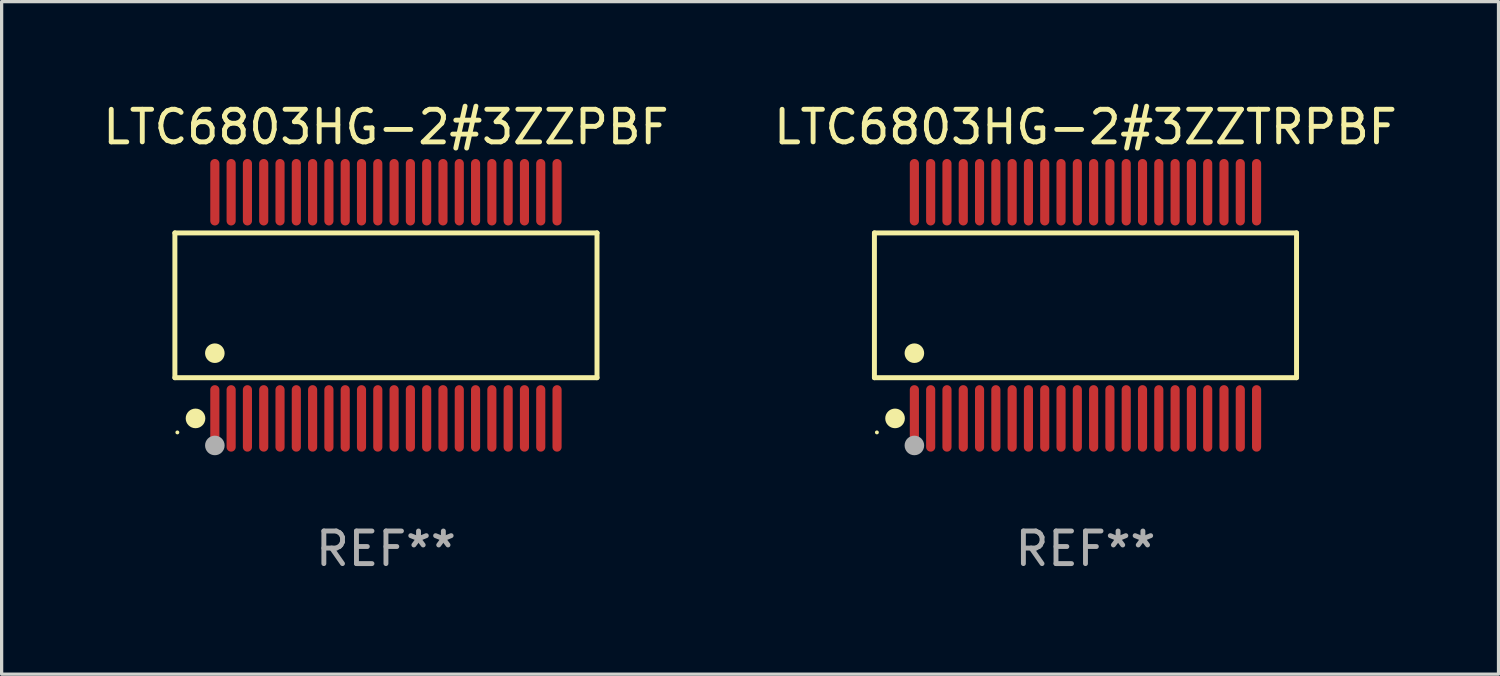
<source format=kicad_pcb>
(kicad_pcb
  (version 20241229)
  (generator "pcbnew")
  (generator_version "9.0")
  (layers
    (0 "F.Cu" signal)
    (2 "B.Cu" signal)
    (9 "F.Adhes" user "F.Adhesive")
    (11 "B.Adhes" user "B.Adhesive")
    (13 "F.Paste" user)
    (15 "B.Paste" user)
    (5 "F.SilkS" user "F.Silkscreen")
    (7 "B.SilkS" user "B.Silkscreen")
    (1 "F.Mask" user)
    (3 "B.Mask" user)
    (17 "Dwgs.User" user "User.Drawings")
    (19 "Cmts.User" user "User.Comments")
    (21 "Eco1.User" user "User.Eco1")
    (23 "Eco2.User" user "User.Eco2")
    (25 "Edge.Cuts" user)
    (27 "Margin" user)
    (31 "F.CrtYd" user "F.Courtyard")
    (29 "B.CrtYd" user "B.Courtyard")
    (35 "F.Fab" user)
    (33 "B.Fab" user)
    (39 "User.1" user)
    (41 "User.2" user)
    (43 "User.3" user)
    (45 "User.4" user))
  (footprint "LTC6803HG-2#3ZZPBF"
    (layer "F.Cu")
    (at 8.792 6.318)
    (property "Reference" "LTC6803HG-2#3ZZPBF" (at 0 -5.47 0) (layer "F.SilkS") (effects (font (size 1 1) (thickness 0.15))))
    (attr through_hole)
    (fp_line (start -6.476 -2.221) (end 6.476 -2.221) (stroke (width 0.152) (type solid)) (layer "F.SilkS"))
    (fp_line (start -6.476 2.221) (end -6.476 -2.221) (stroke (width 0.152) (type solid)) (layer "F.SilkS"))
    (fp_line (start 6.476 -2.221) (end 6.476 2.221) (stroke (width 0.152) (type solid)) (layer "F.SilkS"))
    (fp_line (start 6.476 2.221) (end -6.476 2.221) (stroke (width 0.152) (type solid)) (layer "F.SilkS"))
    (fp_circle (center -6.4 3.9) (end -6.37 3.9) (stroke (width 0.06) (type solid)) (fill no) (layer "F.SilkS"))
    (fp_circle (center -5.843 3.47) (end -5.692 3.47) (stroke (width 0.3) (type solid)) (fill no) (layer "F.SilkS"))
    (fp_circle (center -5.25 1.469) (end -5.1 1.469) (stroke (width 0.3) (type solid)) (fill no) (layer "F.SilkS"))
    (fp_circle (center -5.25 4.3) (end -5.1 4.3) (stroke (width 0.3) (type solid)) (fill no) (layer "F.Fab"))
    (fp_text user "REF**" (at 0 7.47 0) (layer "F.Fab") (effects (font (size 1 1) (thickness 0.15))))
    (pad "1" smd oval (at -5.25 3.47) (size 0.28 2.04) (layers "F.Cu" "F.Mask" "F.Paste"))
    (pad "2" smd oval (at -4.75 3.47) (size 0.28 2.04) (layers "F.Cu" "F.Mask" "F.Paste"))
    (pad "3" smd oval (at -4.25 3.47) (size 0.28 2.04) (layers "F.Cu" "F.Mask" "F.Paste"))
    (pad "4" smd oval (at -3.75 3.47) (size 0.28 2.04) (layers "F.Cu" "F.Mask" "F.Paste"))
    (pad "5" smd oval (at -3.25 3.47) (size 0.28 2.04) (layers "F.Cu" "F.Mask" "F.Paste"))
    (pad "6" smd oval (at -2.75 3.47) (size 0.28 2.04) (layers "F.Cu" "F.Mask" "F.Paste"))
    (pad "7" smd oval (at -2.25 3.47) (size 0.28 2.04) (layers "F.Cu" "F.Mask" "F.Paste"))
    (pad "8" smd oval (at -1.75 3.47) (size 0.28 2.04) (layers "F.Cu" "F.Mask" "F.Paste"))
    (pad "9" smd oval (at -1.25 3.47) (size 0.28 2.04) (layers "F.Cu" "F.Mask" "F.Paste"))
    (pad "10" smd oval (at -0.75 3.47) (size 0.28 2.04) (layers "F.Cu" "F.Mask" "F.Paste"))
    (pad "11" smd oval (at -0.25 3.47) (size 0.28 2.04) (layers "F.Cu" "F.Mask" "F.Paste"))
    (pad "12" smd oval (at 0.25 3.47) (size 0.28 2.04) (layers "F.Cu" "F.Mask" "F.Paste"))
    (pad "13" smd oval (at 0.75 3.47) (size 0.28 2.04) (layers "F.Cu" "F.Mask" "F.Paste"))
    (pad "14" smd oval (at 1.25 3.47) (size 0.28 2.04) (layers "F.Cu" "F.Mask" "F.Paste"))
    (pad "15" smd oval (at 1.75 3.47) (size 0.28 2.04) (layers "F.Cu" "F.Mask" "F.Paste"))
    (pad "16" smd oval (at 2.25 3.47) (size 0.28 2.04) (layers "F.Cu" "F.Mask" "F.Paste"))
    (pad "17" smd oval (at 2.75 3.47) (size 0.28 2.04) (layers "F.Cu" "F.Mask" "F.Paste"))
    (pad "18" smd oval (at 3.25 3.47) (size 0.28 2.04) (layers "F.Cu" "F.Mask" "F.Paste"))
    (pad "19" smd oval (at 3.75 3.47) (size 0.28 2.04) (layers "F.Cu" "F.Mask" "F.Paste"))
    (pad "20" smd oval (at 4.25 3.47) (size 0.28 2.04) (layers "F.Cu" "F.Mask" "F.Paste"))
    (pad "21" smd oval (at 4.75 3.47) (size 0.28 2.04) (layers "F.Cu" "F.Mask" "F.Paste"))
    (pad "22" smd oval (at 5.25 3.47) (size 0.28 2.04) (layers "F.Cu" "F.Mask" "F.Paste"))
    (pad "23" smd oval (at 5.25 -3.47) (size 0.28 2.04) (layers "F.Cu" "F.Mask" "F.Paste"))
    (pad "24" smd oval (at 4.75 -3.47) (size 0.28 2.04) (layers "F.Cu" "F.Mask" "F.Paste"))
    (pad "25" smd oval (at 4.25 -3.47) (size 0.28 2.04) (layers "F.Cu" "F.Mask" "F.Paste"))
    (pad "26" smd oval (at 3.75 -3.47) (size 0.28 2.04) (layers "F.Cu" "F.Mask" "F.Paste"))
    (pad "27" smd oval (at 3.25 -3.47) (size 0.28 2.04) (layers "F.Cu" "F.Mask" "F.Paste"))
    (pad "28" smd oval (at 2.75 -3.47) (size 0.28 2.04) (layers "F.Cu" "F.Mask" "F.Paste"))
    (pad "29" smd oval (at 2.25 -3.47) (size 0.28 2.04) (layers "F.Cu" "F.Mask" "F.Paste"))
    (pad "30" smd oval (at 1.75 -3.47) (size 0.28 2.04) (layers "F.Cu" "F.Mask" "F.Paste"))
    (pad "31" smd oval (at 1.25 -3.47) (size 0.28 2.04) (layers "F.Cu" "F.Mask" "F.Paste"))
    (pad "32" smd oval (at 0.75 -3.47) (size 0.28 2.04) (layers "F.Cu" "F.Mask" "F.Paste"))
    (pad "33" smd oval (at 0.25 -3.47) (size 0.28 2.04) (layers "F.Cu" "F.Mask" "F.Paste"))
    (pad "34" smd oval (at -0.25 -3.47) (size 0.28 2.04) (layers "F.Cu" "F.Mask" "F.Paste"))
    (pad "35" smd oval (at -0.75 -3.47) (size 0.28 2.04) (layers "F.Cu" "F.Mask" "F.Paste"))
    (pad "36" smd oval (at -1.25 -3.47) (size 0.28 2.04) (layers "F.Cu" "F.Mask" "F.Paste"))
    (pad "37" smd oval (at -1.75 -3.47) (size 0.28 2.04) (layers "F.Cu" "F.Mask" "F.Paste"))
    (pad "38" smd oval (at -2.25 -3.47) (size 0.28 2.04) (layers "F.Cu" "F.Mask" "F.Paste"))
    (pad "39" smd oval (at -2.75 -3.47) (size 0.28 2.04) (layers "F.Cu" "F.Mask" "F.Paste"))
    (pad "40" smd oval (at -3.25 -3.47) (size 0.28 2.04) (layers "F.Cu" "F.Mask" "F.Paste"))
    (pad "41" smd oval (at -3.75 -3.47) (size 0.28 2.04) (layers "F.Cu" "F.Mask" "F.Paste"))
    (pad "42" smd oval (at -4.25 -3.47) (size 0.28 2.04) (layers "F.Cu" "F.Mask" "F.Paste"))
    (pad "43" smd oval (at -4.75 -3.47) (size 0.28 2.04) (layers "F.Cu" "F.Mask" "F.Paste"))
    (pad "44" smd oval (at -5.25 -3.47) (size 0.28 2.04) (layers "F.Cu" "F.Mask" "F.Paste")))
  (footprint "LTC6803HG-2#3ZZTRPBF"
    (layer "F.Cu")
    (at 30.256 6.318)
    (property "Reference" "LTC6803HG-2#3ZZTRPBF" (at 0 -5.47 0) (layer "F.SilkS") (effects (font (size 1 1) (thickness 0.15))))
    (attr through_hole)
    (fp_line (start -6.476 -2.221) (end 6.476 -2.221) (stroke (width 0.152) (type solid)) (layer "F.SilkS"))
    (fp_line (start -6.476 2.221) (end -6.476 -2.221) (stroke (width 0.152) (type solid)) (layer "F.SilkS"))
    (fp_line (start 6.476 -2.221) (end 6.476 2.221) (stroke (width 0.152) (type solid)) (layer "F.SilkS"))
    (fp_line (start 6.476 2.221) (end -6.476 2.221) (stroke (width 0.152) (type solid)) (layer "F.SilkS"))
    (fp_circle (center -6.4 3.9) (end -6.37 3.9) (stroke (width 0.06) (type solid)) (fill no) (layer "F.SilkS"))
    (fp_circle (center -5.843 3.47) (end -5.692 3.47) (stroke (width 0.3) (type solid)) (fill no) (layer "F.SilkS"))
    (fp_circle (center -5.25 1.469) (end -5.1 1.469) (stroke (width 0.3) (type solid)) (fill no) (layer "F.SilkS"))
    (fp_circle (center -5.25 4.3) (end -5.1 4.3) (stroke (width 0.3) (type solid)) (fill no) (layer "F.Fab"))
    (fp_text user "REF**" (at 0 7.47 0) (layer "F.Fab") (effects (font (size 1 1) (thickness 0.15))))
    (pad "1" smd oval (at -5.25 3.47) (size 0.28 2.04) (layers "F.Cu" "F.Mask" "F.Paste"))
    (pad "2" smd oval (at -4.75 3.47) (size 0.28 2.04) (layers "F.Cu" "F.Mask" "F.Paste"))
    (pad "3" smd oval (at -4.25 3.47) (size 0.28 2.04) (layers "F.Cu" "F.Mask" "F.Paste"))
    (pad "4" smd oval (at -3.75 3.47) (size 0.28 2.04) (layers "F.Cu" "F.Mask" "F.Paste"))
    (pad "5" smd oval (at -3.25 3.47) (size 0.28 2.04) (layers "F.Cu" "F.Mask" "F.Paste"))
    (pad "6" smd oval (at -2.75 3.47) (size 0.28 2.04) (layers "F.Cu" "F.Mask" "F.Paste"))
    (pad "7" smd oval (at -2.25 3.47) (size 0.28 2.04) (layers "F.Cu" "F.Mask" "F.Paste"))
    (pad "8" smd oval (at -1.75 3.47) (size 0.28 2.04) (layers "F.Cu" "F.Mask" "F.Paste"))
    (pad "9" smd oval (at -1.25 3.47) (size 0.28 2.04) (layers "F.Cu" "F.Mask" "F.Paste"))
    (pad "10" smd oval (at -0.75 3.47) (size 0.28 2.04) (layers "F.Cu" "F.Mask" "F.Paste"))
    (pad "11" smd oval (at -0.25 3.47) (size 0.28 2.04) (layers "F.Cu" "F.Mask" "F.Paste"))
    (pad "12" smd oval (at 0.25 3.47) (size 0.28 2.04) (layers "F.Cu" "F.Mask" "F.Paste"))
    (pad "13" smd oval (at 0.75 3.47) (size 0.28 2.04) (layers "F.Cu" "F.Mask" "F.Paste"))
    (pad "14" smd oval (at 1.25 3.47) (size 0.28 2.04) (layers "F.Cu" "F.Mask" "F.Paste"))
    (pad "15" smd oval (at 1.75 3.47) (size 0.28 2.04) (layers "F.Cu" "F.Mask" "F.Paste"))
    (pad "16" smd oval (at 2.25 3.47) (size 0.28 2.04) (layers "F.Cu" "F.Mask" "F.Paste"))
    (pad "17" smd oval (at 2.75 3.47) (size 0.28 2.04) (layers "F.Cu" "F.Mask" "F.Paste"))
    (pad "18" smd oval (at 3.25 3.47) (size 0.28 2.04) (layers "F.Cu" "F.Mask" "F.Paste"))
    (pad "19" smd oval (at 3.75 3.47) (size 0.28 2.04) (layers "F.Cu" "F.Mask" "F.Paste"))
    (pad "20" smd oval (at 4.25 3.47) (size 0.28 2.04) (layers "F.Cu" "F.Mask" "F.Paste"))
    (pad "21" smd oval (at 4.75 3.47) (size 0.28 2.04) (layers "F.Cu" "F.Mask" "F.Paste"))
    (pad "22" smd oval (at 5.25 3.47) (size 0.28 2.04) (layers "F.Cu" "F.Mask" "F.Paste"))
    (pad "23" smd oval (at 5.25 -3.47) (size 0.28 2.04) (layers "F.Cu" "F.Mask" "F.Paste"))
    (pad "24" smd oval (at 4.75 -3.47) (size 0.28 2.04) (layers "F.Cu" "F.Mask" "F.Paste"))
    (pad "25" smd oval (at 4.25 -3.47) (size 0.28 2.04) (layers "F.Cu" "F.Mask" "F.Paste"))
    (pad "26" smd oval (at 3.75 -3.47) (size 0.28 2.04) (layers "F.Cu" "F.Mask" "F.Paste"))
    (pad "27" smd oval (at 3.25 -3.47) (size 0.28 2.04) (layers "F.Cu" "F.Mask" "F.Paste"))
    (pad "28" smd oval (at 2.75 -3.47) (size 0.28 2.04) (layers "F.Cu" "F.Mask" "F.Paste"))
    (pad "29" smd oval (at 2.25 -3.47) (size 0.28 2.04) (layers "F.Cu" "F.Mask" "F.Paste"))
    (pad "30" smd oval (at 1.75 -3.47) (size 0.28 2.04) (layers "F.Cu" "F.Mask" "F.Paste"))
    (pad "31" smd oval (at 1.25 -3.47) (size 0.28 2.04) (layers "F.Cu" "F.Mask" "F.Paste"))
    (pad "32" smd oval (at 0.75 -3.47) (size 0.28 2.04) (layers "F.Cu" "F.Mask" "F.Paste"))
    (pad "33" smd oval (at 0.25 -3.47) (size 0.28 2.04) (layers "F.Cu" "F.Mask" "F.Paste"))
    (pad "34" smd oval (at -0.25 -3.47) (size 0.28 2.04) (layers "F.Cu" "F.Mask" "F.Paste"))
    (pad "35" smd oval (at -0.75 -3.47) (size 0.28 2.04) (layers "F.Cu" "F.Mask" "F.Paste"))
    (pad "36" smd oval (at -1.25 -3.47) (size 0.28 2.04) (layers "F.Cu" "F.Mask" "F.Paste"))
    (pad "37" smd oval (at -1.75 -3.47) (size 0.28 2.04) (layers "F.Cu" "F.Mask" "F.Paste"))
    (pad "38" smd oval (at -2.25 -3.47) (size 0.28 2.04) (layers "F.Cu" "F.Mask" "F.Paste"))
    (pad "39" smd oval (at -2.75 -3.47) (size 0.28 2.04) (layers "F.Cu" "F.Mask" "F.Paste"))
    (pad "40" smd oval (at -3.25 -3.47) (size 0.28 2.04) (layers "F.Cu" "F.Mask" "F.Paste"))
    (pad "41" smd oval (at -3.75 -3.47) (size 0.28 2.04) (layers "F.Cu" "F.Mask" "F.Paste"))
    (pad "42" smd oval (at -4.25 -3.47) (size 0.28 2.04) (layers "F.Cu" "F.Mask" "F.Paste"))
    (pad "43" smd oval (at -4.75 -3.47) (size 0.28 2.04) (layers "F.Cu" "F.Mask" "F.Paste"))
    (pad "44" smd oval (at -5.25 -3.47) (size 0.28 2.04) (layers "F.Cu" "F.Mask" "F.Paste")))
  (gr_rect
    (start -3 -3)
    (end 42.929 17.636)
    (stroke (width 0.1) (type default))
    (fill no)
    (layer "Edge.Cuts")))
</source>
